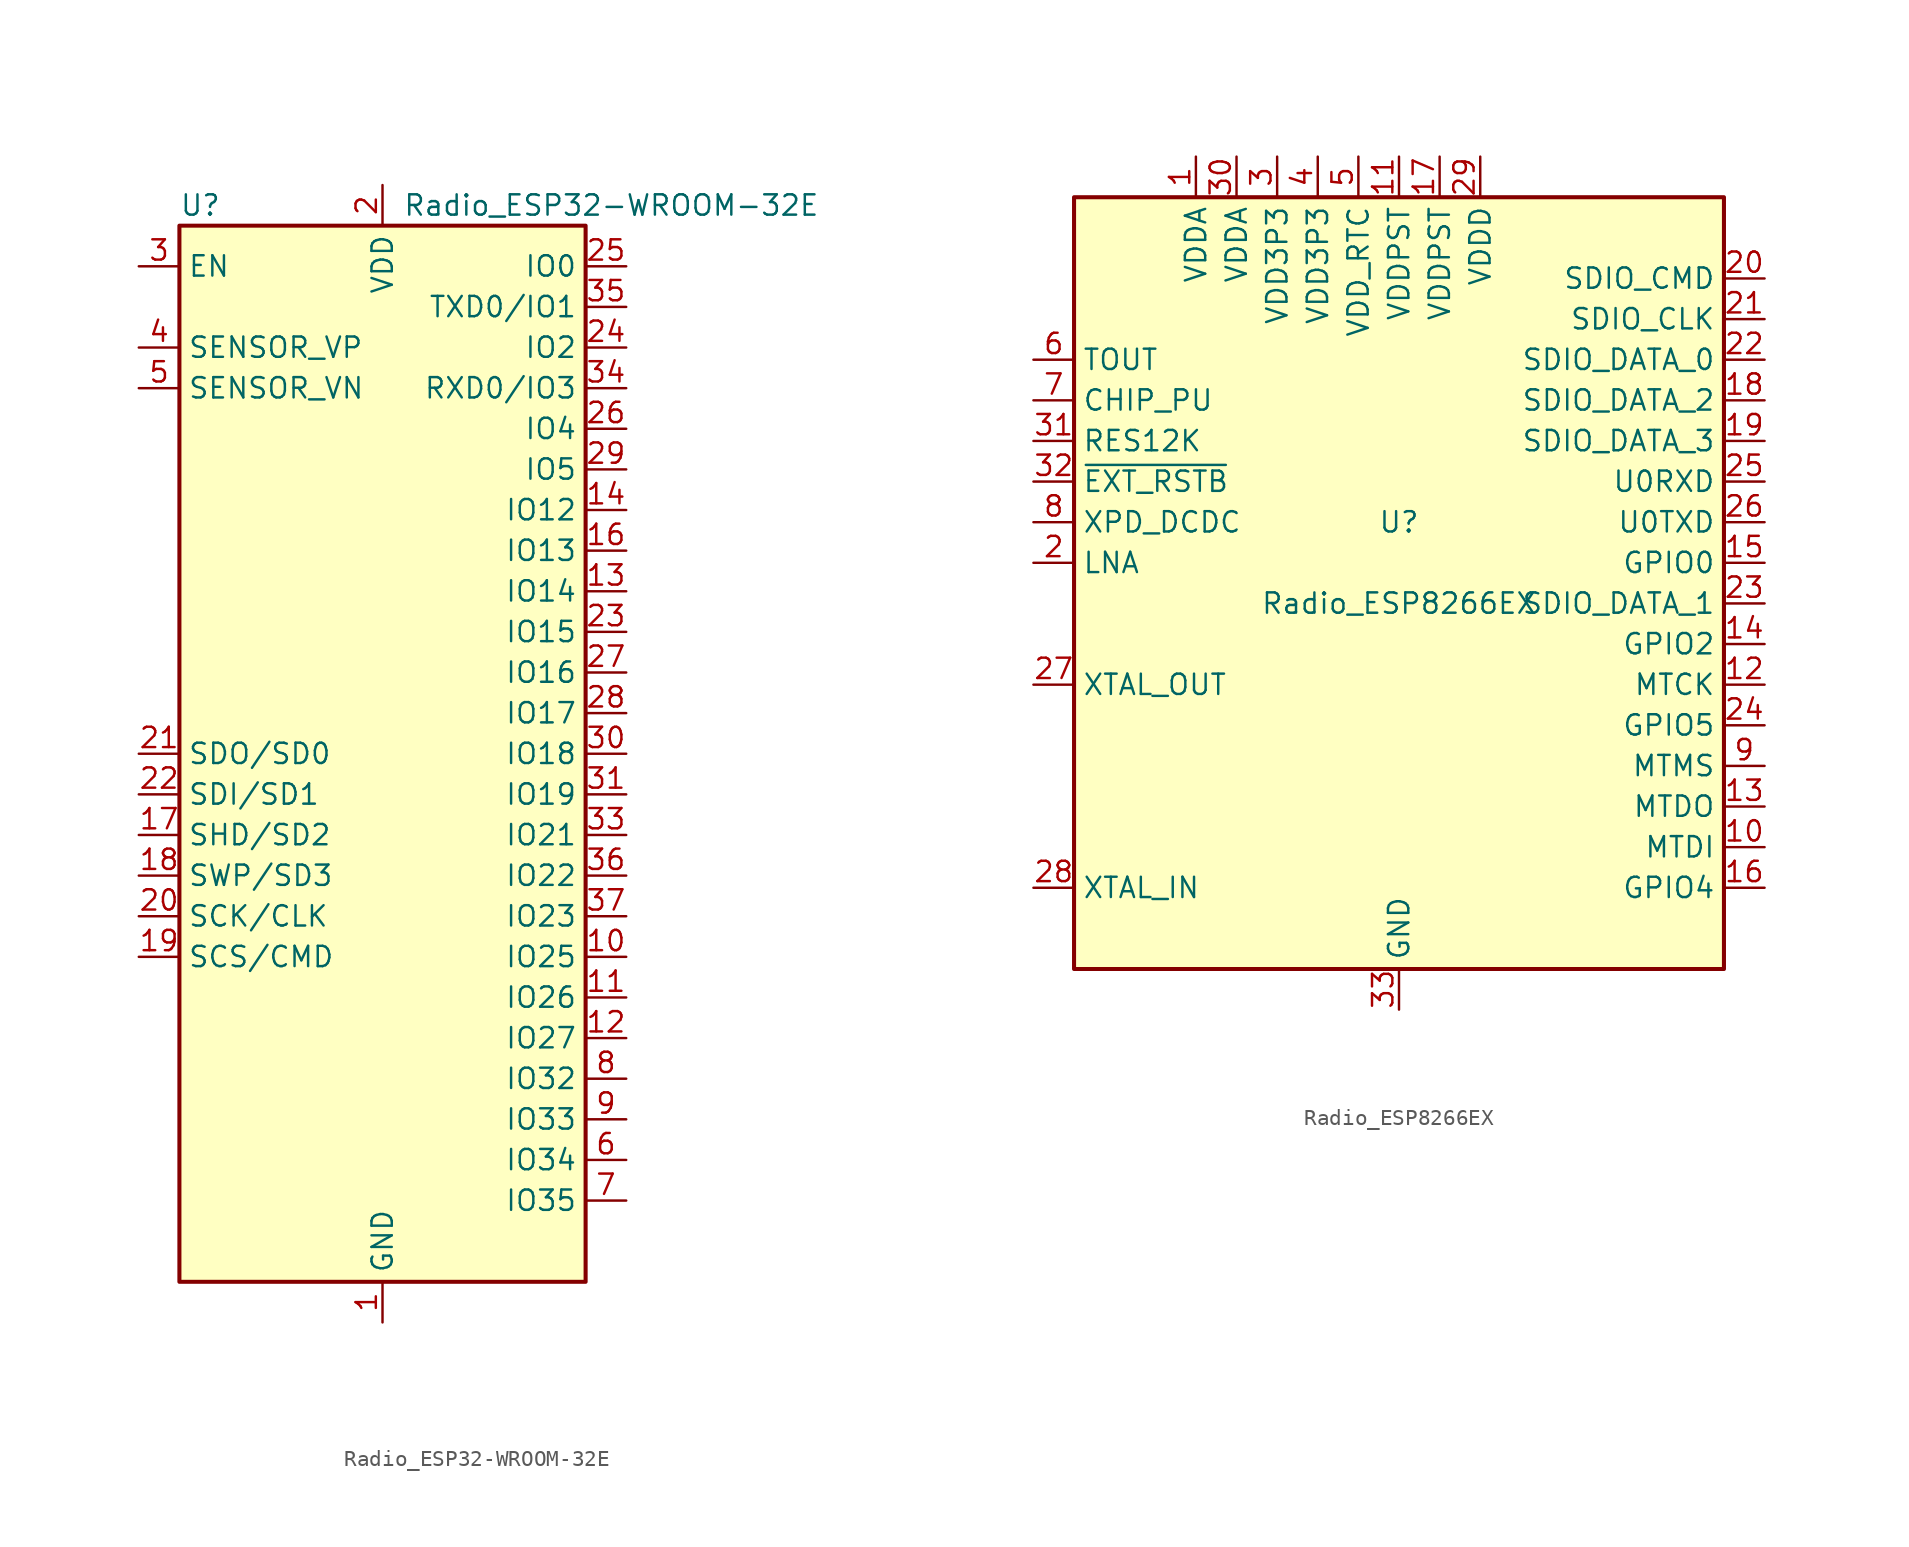
<source format=kicad_sym>
(kicad_symbol_lib
  (version 20220914)
  (generator kicad_symbol_editor)
  (symbol "Radio_ESP32-WROOM-32E"
    (property "Reference" "U"
      (at -12.7 34.29 0)
      (effects (font (size 1.27 1.27)) (justify left)))
    (property "Value" "Radio_ESP32-WROOM-32E"
      (at 1.27 34.29 0)
      (effects (font (size 1.27 1.27)) (justify left)))
    (symbol "Radio_ESP32-WROOM-32E_0_1"
      (rectangle (start -12.7 33.02) (end 12.7 -33.02) (stroke (width 0.254) (type solid)) (fill (type background))))
    (symbol "Radio_ESP32-WROOM-32E_1_1"
      (pin power_in line (at 0 -35.56 90) (length 2.54) (name "GND" (effects (font (size 1.27 1.27)))) (number "1" (effects (font (size 1.27 1.27)))))
      (pin bidirectional line (at 15.24 -12.7 180) (length 2.54) (name "IO25" (effects (font (size 1.27 1.27)))) (number "10" (effects (font (size 1.27 1.27)))))
      (pin bidirectional line (at 15.24 -15.24 180) (length 2.54) (name "IO26" (effects (font (size 1.27 1.27)))) (number "11" (effects (font (size 1.27 1.27)))))
      (pin bidirectional line (at 15.24 -17.78 180) (length 2.54) (name "IO27" (effects (font (size 1.27 1.27)))) (number "12" (effects (font (size 1.27 1.27)))))
      (pin bidirectional line (at 15.24 10.16 180) (length 2.54) (name "IO14" (effects (font (size 1.27 1.27)))) (number "13" (effects (font (size 1.27 1.27)))))
      (pin bidirectional line (at 15.24 15.24 180) (length 2.54) (name "IO12" (effects (font (size 1.27 1.27)))) (number "14" (effects (font (size 1.27 1.27)))))
      (pin passive line (at 0 -35.56 90) (length 2.54) hide (name "GND" (effects (font (size 1.27 1.27)))) (number "15" (effects (font (size 1.27 1.27)))))
      (pin bidirectional line (at 15.24 12.7 180) (length 2.54) (name "IO13" (effects (font (size 1.27 1.27)))) (number "16" (effects (font (size 1.27 1.27)))))
      (pin bidirectional line (at -15.24 -5.08 0) (length 2.54) (name "SHD/SD2" (effects (font (size 1.27 1.27)))) (number "17" (effects (font (size 1.27 1.27)))))
      (pin bidirectional line (at -15.24 -7.62 0) (length 2.54) (name "SWP/SD3" (effects (font (size 1.27 1.27)))) (number "18" (effects (font (size 1.27 1.27)))))
      (pin bidirectional line (at -15.24 -12.7 0) (length 2.54) (name "SCS/CMD" (effects (font (size 1.27 1.27)))) (number "19" (effects (font (size 1.27 1.27)))))
      (pin power_in line (at 0 35.56 270) (length 2.54) (name "VDD" (effects (font (size 1.27 1.27)))) (number "2" (effects (font (size 1.27 1.27)))))
      (pin bidirectional line (at -15.24 -10.16 0) (length 2.54) (name "SCK/CLK" (effects (font (size 1.27 1.27)))) (number "20" (effects (font (size 1.27 1.27)))))
      (pin bidirectional line (at -15.24 0 0) (length 2.54) (name "SDO/SD0" (effects (font (size 1.27 1.27)))) (number "21" (effects (font (size 1.27 1.27)))))
      (pin bidirectional line (at -15.24 -2.54 0) (length 2.54) (name "SDI/SD1" (effects (font (size 1.27 1.27)))) (number "22" (effects (font (size 1.27 1.27)))))
      (pin bidirectional line (at 15.24 7.62 180) (length 2.54) (name "IO15" (effects (font (size 1.27 1.27)))) (number "23" (effects (font (size 1.27 1.27)))))
      (pin bidirectional line (at 15.24 25.4 180) (length 2.54) (name "IO2" (effects (font (size 1.27 1.27)))) (number "24" (effects (font (size 1.27 1.27)))))
      (pin bidirectional line (at 15.24 30.48 180) (length 2.54) (name "IO0" (effects (font (size 1.27 1.27)))) (number "25" (effects (font (size 1.27 1.27)))))
      (pin bidirectional line (at 15.24 20.32 180) (length 2.54) (name "IO4" (effects (font (size 1.27 1.27)))) (number "26" (effects (font (size 1.27 1.27)))))
      (pin bidirectional line (at 15.24 5.08 180) (length 2.54) (name "IO16" (effects (font (size 1.27 1.27)))) (number "27" (effects (font (size 1.27 1.27)))))
      (pin bidirectional line (at 15.24 2.54 180) (length 2.54) (name "IO17" (effects (font (size 1.27 1.27)))) (number "28" (effects (font (size 1.27 1.27)))))
      (pin bidirectional line (at 15.24 17.78 180) (length 2.54) (name "IO5" (effects (font (size 1.27 1.27)))) (number "29" (effects (font (size 1.27 1.27)))))
      (pin input line (at -15.24 30.48 0) (length 2.54) (name "EN" (effects (font (size 1.27 1.27)))) (number "3" (effects (font (size 1.27 1.27)))))
      (pin bidirectional line (at 15.24 0 180) (length 2.54) (name "IO18" (effects (font (size 1.27 1.27)))) (number "30" (effects (font (size 1.27 1.27)))))
      (pin bidirectional line (at 15.24 -2.54 180) (length 2.54) (name "IO19" (effects (font (size 1.27 1.27)))) (number "31" (effects (font (size 1.27 1.27)))))
      (pin no_connect line (at -12.7 -27.94 0) (length 2.54) hide (name "NC" (effects (font (size 1.27 1.27)))) (number "32" (effects (font (size 1.27 1.27)))))
      (pin bidirectional line (at 15.24 -5.08 180) (length 2.54) (name "IO21" (effects (font (size 1.27 1.27)))) (number "33" (effects (font (size 1.27 1.27)))))
      (pin bidirectional line (at 15.24 22.86 180) (length 2.54) (name "RXD0/IO3" (effects (font (size 1.27 1.27)))) (number "34" (effects (font (size 1.27 1.27)))))
      (pin bidirectional line (at 15.24 27.94 180) (length 2.54) (name "TXD0/IO1" (effects (font (size 1.27 1.27)))) (number "35" (effects (font (size 1.27 1.27)))))
      (pin bidirectional line (at 15.24 -7.62 180) (length 2.54) (name "IO22" (effects (font (size 1.27 1.27)))) (number "36" (effects (font (size 1.27 1.27)))))
      (pin bidirectional line (at 15.24 -10.16 180) (length 2.54) (name "IO23" (effects (font (size 1.27 1.27)))) (number "37" (effects (font (size 1.27 1.27)))))
      (pin passive line (at 0 -35.56 90) (length 2.54) hide (name "GND" (effects (font (size 1.27 1.27)))) (number "38" (effects (font (size 1.27 1.27)))))
      (pin passive line (at 0 -35.56 90) (length 2.54) hide (name "GND" (effects (font (size 1.27 1.27)))) (number "39" (effects (font (size 1.27 1.27)))))
      (pin input line (at -15.24 25.4 0) (length 2.54) (name "SENSOR_VP" (effects (font (size 1.27 1.27)))) (number "4" (effects (font (size 1.27 1.27)))))
      (pin input line (at -15.24 22.86 0) (length 2.54) (name "SENSOR_VN" (effects (font (size 1.27 1.27)))) (number "5" (effects (font (size 1.27 1.27)))))
      (pin input line (at 15.24 -25.4 180) (length 2.54) (name "IO34" (effects (font (size 1.27 1.27)))) (number "6" (effects (font (size 1.27 1.27)))))
      (pin input line (at 15.24 -27.94 180) (length 2.54) (name "IO35" (effects (font (size 1.27 1.27)))) (number "7" (effects (font (size 1.27 1.27)))))
      (pin bidirectional line (at 15.24 -20.32 180) (length 2.54) (name "IO32" (effects (font (size 1.27 1.27)))) (number "8" (effects (font (size 1.27 1.27)))))
      (pin bidirectional line (at 15.24 -22.86 180) (length 2.54) (name "IO33" (effects (font (size 1.27 1.27)))) (number "9" (effects (font (size 1.27 1.27)))))))
  (symbol "Radio_ESP8266EX"
    (property "Reference" "U"
      (at 0 2.54 0)
      (effects (font (size 1.27 1.27))))
    (property "Value" "Radio_ESP8266EX"
      (at 0 -2.54 0)
      (effects (font (size 1.27 1.27))))
    (symbol "Radio_ESP8266EX_0_1"
      (rectangle (start -20.32 22.86) (end 20.32 -25.4) (stroke (width 0.254) (type solid)) (fill (type background))))
    (symbol "Radio_ESP8266EX_1_1"
      (pin power_in line (at -12.7 25.4 270) (length 2.54) (name "VDDA" (effects (font (size 1.27 1.27)))) (number "1" (effects (font (size 1.27 1.27)))))
      (pin bidirectional line (at 22.86 -17.78 180) (length 2.54) (name "MTDI" (effects (font (size 1.27 1.27)))) (number "10" (effects (font (size 1.27 1.27)))))
      (pin power_in line (at 0 25.4 270) (length 2.54) (name "VDDPST" (effects (font (size 1.27 1.27)))) (number "11" (effects (font (size 1.27 1.27)))))
      (pin bidirectional line (at 22.86 -7.62 180) (length 2.54) (name "MTCK" (effects (font (size 1.27 1.27)))) (number "12" (effects (font (size 1.27 1.27)))))
      (pin bidirectional line (at 22.86 -15.24 180) (length 2.54) (name "MTDO" (effects (font (size 1.27 1.27)))) (number "13" (effects (font (size 1.27 1.27)))))
      (pin bidirectional line (at 22.86 -5.08 180) (length 2.54) (name "GPIO2" (effects (font (size 1.27 1.27)))) (number "14" (effects (font (size 1.27 1.27)))))
      (pin bidirectional line (at 22.86 0 180) (length 2.54) (name "GPIO0" (effects (font (size 1.27 1.27)))) (number "15" (effects (font (size 1.27 1.27)))))
      (pin bidirectional line (at 22.86 -20.32 180) (length 2.54) (name "GPIO4" (effects (font (size 1.27 1.27)))) (number "16" (effects (font (size 1.27 1.27)))))
      (pin power_in line (at 2.54 25.4 270) (length 2.54) (name "VDDPST" (effects (font (size 1.27 1.27)))) (number "17" (effects (font (size 1.27 1.27)))))
      (pin bidirectional line (at 22.86 10.16 180) (length 2.54) (name "SDIO_DATA_2" (effects (font (size 1.27 1.27)))) (number "18" (effects (font (size 1.27 1.27)))))
      (pin bidirectional line (at 22.86 7.62 180) (length 2.54) (name "SDIO_DATA_3" (effects (font (size 1.27 1.27)))) (number "19" (effects (font (size 1.27 1.27)))))
      (pin bidirectional line (at -22.86 0 0) (length 2.54) (name "LNA" (effects (font (size 1.27 1.27)))) (number "2" (effects (font (size 1.27 1.27)))))
      (pin bidirectional line (at 22.86 17.78 180) (length 2.54) (name "SDIO_CMD" (effects (font (size 1.27 1.27)))) (number "20" (effects (font (size 1.27 1.27)))))
      (pin bidirectional line (at 22.86 15.24 180) (length 2.54) (name "SDIO_CLK" (effects (font (size 1.27 1.27)))) (number "21" (effects (font (size 1.27 1.27)))))
      (pin bidirectional line (at 22.86 12.7 180) (length 2.54) (name "SDIO_DATA_0" (effects (font (size 1.27 1.27)))) (number "22" (effects (font (size 1.27 1.27)))))
      (pin bidirectional line (at 22.86 -2.54 180) (length 2.54) (name "SDIO_DATA_1" (effects (font (size 1.27 1.27)))) (number "23" (effects (font (size 1.27 1.27)))))
      (pin bidirectional line (at 22.86 -10.16 180) (length 2.54) (name "GPIO5" (effects (font (size 1.27 1.27)))) (number "24" (effects (font (size 1.27 1.27)))))
      (pin bidirectional line (at 22.86 5.08 180) (length 2.54) (name "U0RXD" (effects (font (size 1.27 1.27)))) (number "25" (effects (font (size 1.27 1.27)))))
      (pin bidirectional line (at 22.86 2.54 180) (length 2.54) (name "U0TXD" (effects (font (size 1.27 1.27)))) (number "26" (effects (font (size 1.27 1.27)))))
      (pin bidirectional line (at -22.86 -7.62 0) (length 2.54) (name "XTAL_OUT" (effects (font (size 1.27 1.27)))) (number "27" (effects (font (size 1.27 1.27)))))
      (pin bidirectional line (at -22.86 -20.32 0) (length 2.54) (name "XTAL_IN" (effects (font (size 1.27 1.27)))) (number "28" (effects (font (size 1.27 1.27)))))
      (pin power_in line (at 5.08 25.4 270) (length 2.54) (name "VDDD" (effects (font (size 1.27 1.27)))) (number "29" (effects (font (size 1.27 1.27)))))
      (pin power_in line (at -7.62 25.4 270) (length 2.54) (name "VDD3P3" (effects (font (size 1.27 1.27)))) (number "3" (effects (font (size 1.27 1.27)))))
      (pin power_in line (at -10.16 25.4 270) (length 2.54) (name "VDDA" (effects (font (size 1.27 1.27)))) (number "30" (effects (font (size 1.27 1.27)))))
      (pin input line (at -22.86 7.62 0) (length 2.54) (name "RES12K" (effects (font (size 1.27 1.27)))) (number "31" (effects (font (size 1.27 1.27)))))
      (pin input line (at -22.86 5.08 0) (length 2.54) (name "~{EXT_RSTB}" (effects (font (size 1.27 1.27)))) (number "32" (effects (font (size 1.27 1.27)))))
      (pin power_in line (at 0 -27.94 90) (length 2.54) (name "GND" (effects (font (size 1.27 1.27)))) (number "33" (effects (font (size 1.27 1.27)))))
      (pin power_in line (at -5.08 25.4 270) (length 2.54) (name "VDD3P3" (effects (font (size 1.27 1.27)))) (number "4" (effects (font (size 1.27 1.27)))))
      (pin power_in line (at -2.54 25.4 270) (length 2.54) (name "VDD_RTC" (effects (font (size 1.27 1.27)))) (number "5" (effects (font (size 1.27 1.27)))))
      (pin input line (at -22.86 12.7 0) (length 2.54) (name "TOUT" (effects (font (size 1.27 1.27)))) (number "6" (effects (font (size 1.27 1.27)))))
      (pin input line (at -22.86 10.16 0) (length 2.54) (name "CHIP_PU" (effects (font (size 1.27 1.27)))) (number "7" (effects (font (size 1.27 1.27)))))
      (pin bidirectional line (at -22.86 2.54 0) (length 2.54) (name "XPD_DCDC" (effects (font (size 1.27 1.27)))) (number "8" (effects (font (size 1.27 1.27)))))
      (pin bidirectional line (at 22.86 -12.7 180) (length 2.54) (name "MTMS" (effects (font (size 1.27 1.27)))) (number "9" (effects (font (size 1.27 1.27))))))))
</source>
